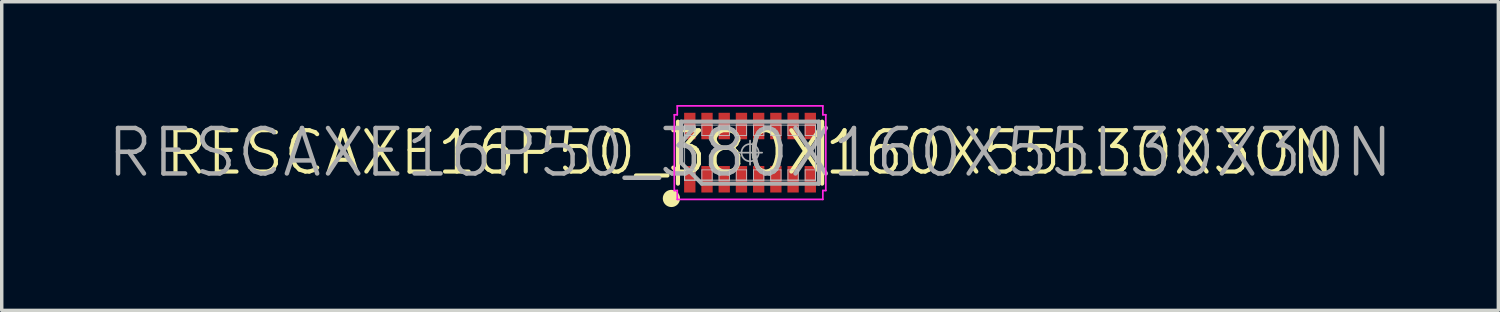
<source format=kicad_pcb>
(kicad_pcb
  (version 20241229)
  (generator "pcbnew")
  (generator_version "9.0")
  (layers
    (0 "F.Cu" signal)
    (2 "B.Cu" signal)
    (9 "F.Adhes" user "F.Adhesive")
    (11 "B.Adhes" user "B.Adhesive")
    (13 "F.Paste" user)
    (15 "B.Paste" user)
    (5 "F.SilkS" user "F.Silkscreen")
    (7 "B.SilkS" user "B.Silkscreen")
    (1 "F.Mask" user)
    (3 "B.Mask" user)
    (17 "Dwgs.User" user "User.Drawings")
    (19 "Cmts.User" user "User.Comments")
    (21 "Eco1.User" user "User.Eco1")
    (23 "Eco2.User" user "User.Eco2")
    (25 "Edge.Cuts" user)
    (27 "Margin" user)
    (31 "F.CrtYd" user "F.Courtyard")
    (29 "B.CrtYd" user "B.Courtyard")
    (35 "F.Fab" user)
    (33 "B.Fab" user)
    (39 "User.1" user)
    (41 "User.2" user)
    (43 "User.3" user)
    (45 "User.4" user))
  (footprint "RESCAXE16P50_380X160X55L30X30N"
    (layer "F.Cu")
    (at 18.732 1.383)
    (property "Reference" "RESCAXE16P50_380X160X55L30X30N" (at 0 0 0) (layer "F.SilkS") (effects (font (size 1.2 1.2) (thickness 0.12))))
    (attr smd)
    (fp_line (start -2.094 0.9) (end -2.094 -0.9) (stroke (width 0.12) (type solid)) (layer "F.SilkS"))
    (fp_line (start 2.094 0.9) (end 2.094 -0.9) (stroke (width 0.12) (type solid)) (layer "F.SilkS"))
    (fp_circle (center -2.284 1.33) (end -2.284 1.455) (stroke (width 0.25) (type solid)) (fill no) (layer "F.SilkS"))
    (fp_line (start -1.9 -0.8) (end -1.6 -0.8) (stroke (width 0.025) (type solid)) (layer "Dwgs.User"))
    (fp_line (start -1.9 -0.8) (end 1.9 -0.8) (stroke (width 0.025) (type solid)) (layer "Dwgs.User"))
    (fp_line (start -1.9 -0.5) (end -1.9 -0.8) (stroke (width 0.025) (type solid)) (layer "Dwgs.User"))
    (fp_line (start -1.9 0.5) (end -1.6 0.5) (stroke (width 0.025) (type solid)) (layer "Dwgs.User"))
    (fp_line (start -1.9 0.8) (end -1.9 -0.8) (stroke (width 0.025) (type solid)) (layer "Dwgs.User"))
    (fp_line (start -1.9 0.8) (end -1.9 0.5) (stroke (width 0.025) (type solid)) (layer "Dwgs.User"))
    (fp_line (start -1.6 -0.8) (end -1.6 -0.5) (stroke (width 0.025) (type solid)) (layer "Dwgs.User"))
    (fp_line (start -1.6 -0.5) (end -1.9 -0.5) (stroke (width 0.025) (type solid)) (layer "Dwgs.User"))
    (fp_line (start -1.6 0.5) (end -1.6 0.8) (stroke (width 0.025) (type solid)) (layer "Dwgs.User"))
    (fp_line (start -1.6 0.8) (end -1.9 0.8) (stroke (width 0.025) (type solid)) (layer "Dwgs.User"))
    (fp_line (start -1.4 -0.8) (end -1.1 -0.8) (stroke (width 0.025) (type solid)) (layer "Dwgs.User"))
    (fp_line (start -1.4 -0.5) (end -1.4 -0.8) (stroke (width 0.025) (type solid)) (layer "Dwgs.User"))
    (fp_line (start -1.4 0.5) (end -1.1 0.5) (stroke (width 0.025) (type solid)) (layer "Dwgs.User"))
    (fp_line (start -1.4 0.8) (end -1.4 0.5) (stroke (width 0.025) (type solid)) (layer "Dwgs.User"))
    (fp_line (start -1.1 -0.8) (end -1.1 -0.5) (stroke (width 0.025) (type solid)) (layer "Dwgs.User"))
    (fp_line (start -1.1 -0.5) (end -1.4 -0.5) (stroke (width 0.025) (type solid)) (layer "Dwgs.User"))
    (fp_line (start -1.1 0.5) (end -1.1 0.8) (stroke (width 0.025) (type solid)) (layer "Dwgs.User"))
    (fp_line (start -1.1 0.8) (end -1.4 0.8) (stroke (width 0.025) (type solid)) (layer "Dwgs.User"))
    (fp_line (start -0.9 -0.8) (end -0.6 -0.8) (stroke (width 0.025) (type solid)) (layer "Dwgs.User"))
    (fp_line (start -0.9 -0.5) (end -0.9 -0.8) (stroke (width 0.025) (type solid)) (layer "Dwgs.User"))
    (fp_line (start -0.9 0.5) (end -0.6 0.5) (stroke (width 0.025) (type solid)) (layer "Dwgs.User"))
    (fp_line (start -0.9 0.8) (end -0.9 0.5) (stroke (width 0.025) (type solid)) (layer "Dwgs.User"))
    (fp_line (start -0.6 -0.8) (end -0.6 -0.5) (stroke (width 0.025) (type solid)) (layer "Dwgs.User"))
    (fp_line (start -0.6 -0.5) (end -0.9 -0.5) (stroke (width 0.025) (type solid)) (layer "Dwgs.User"))
    (fp_line (start -0.6 0.5) (end -0.6 0.8) (stroke (width 0.025) (type solid)) (layer "Dwgs.User"))
    (fp_line (start -0.6 0.8) (end -0.9 0.8) (stroke (width 0.025) (type solid)) (layer "Dwgs.User"))
    (fp_line (start -0.4 -0.8) (end -0.1 -0.8) (stroke (width 0.025) (type solid)) (layer "Dwgs.User"))
    (fp_line (start -0.4 -0.5) (end -0.4 -0.8) (stroke (width 0.025) (type solid)) (layer "Dwgs.User"))
    (fp_line (start -0.4 0.5) (end -0.1 0.5) (stroke (width 0.025) (type solid)) (layer "Dwgs.User"))
    (fp_line (start -0.4 0.8) (end -0.4 0.5) (stroke (width 0.025) (type solid)) (layer "Dwgs.User"))
    (fp_line (start -0.1 -0.8) (end -0.1 -0.5) (stroke (width 0.025) (type solid)) (layer "Dwgs.User"))
    (fp_line (start -0.1 -0.5) (end -0.4 -0.5) (stroke (width 0.025) (type solid)) (layer "Dwgs.User"))
    (fp_line (start -0.1 0.5) (end -0.1 0.8) (stroke (width 0.025) (type solid)) (layer "Dwgs.User"))
    (fp_line (start -0.1 0.8) (end -0.4 0.8) (stroke (width 0.025) (type solid)) (layer "Dwgs.User"))
    (fp_line (start 0.1 -0.8) (end 0.4 -0.8) (stroke (width 0.025) (type solid)) (layer "Dwgs.User"))
    (fp_line (start 0.1 -0.5) (end 0.1 -0.8) (stroke (width 0.025) (type solid)) (layer "Dwgs.User"))
    (fp_line (start 0.1 0.5) (end 0.4 0.5) (stroke (width 0.025) (type solid)) (layer "Dwgs.User"))
    (fp_line (start 0.1 0.8) (end 0.1 0.5) (stroke (width 0.025) (type solid)) (layer "Dwgs.User"))
    (fp_line (start 0.4 -0.8) (end 0.4 -0.5) (stroke (width 0.025) (type solid)) (layer "Dwgs.User"))
    (fp_line (start 0.4 -0.5) (end 0.1 -0.5) (stroke (width 0.025) (type solid)) (layer "Dwgs.User"))
    (fp_line (start 0.4 0.5) (end 0.4 0.8) (stroke (width 0.025) (type solid)) (layer "Dwgs.User"))
    (fp_line (start 0.4 0.8) (end 0.1 0.8) (stroke (width 0.025) (type solid)) (layer "Dwgs.User"))
    (fp_line (start 0.6 -0.8) (end 0.9 -0.8) (stroke (width 0.025) (type solid)) (layer "Dwgs.User"))
    (fp_line (start 0.6 -0.5) (end 0.6 -0.8) (stroke (width 0.025) (type solid)) (layer "Dwgs.User"))
    (fp_line (start 0.6 0.5) (end 0.9 0.5) (stroke (width 0.025) (type solid)) (layer "Dwgs.User"))
    (fp_line (start 0.6 0.8) (end 0.6 0.5) (stroke (width 0.025) (type solid)) (layer "Dwgs.User"))
    (fp_line (start 0.9 -0.8) (end 0.9 -0.5) (stroke (width 0.025) (type solid)) (layer "Dwgs.User"))
    (fp_line (start 0.9 -0.5) (end 0.6 -0.5) (stroke (width 0.025) (type solid)) (layer "Dwgs.User"))
    (fp_line (start 0.9 0.5) (end 0.9 0.8) (stroke (width 0.025) (type solid)) (layer "Dwgs.User"))
    (fp_line (start 0.9 0.8) (end 0.6 0.8) (stroke (width 0.025) (type solid)) (layer "Dwgs.User"))
    (fp_line (start 1.1 -0.8) (end 1.4 -0.8) (stroke (width 0.025) (type solid)) (layer "Dwgs.User"))
    (fp_line (start 1.1 -0.5) (end 1.1 -0.8) (stroke (width 0.025) (type solid)) (layer "Dwgs.User"))
    (fp_line (start 1.1 0.5) (end 1.4 0.5) (stroke (width 0.025) (type solid)) (layer "Dwgs.User"))
    (fp_line (start 1.1 0.8) (end 1.1 0.5) (stroke (width 0.025) (type solid)) (layer "Dwgs.User"))
    (fp_line (start 1.4 -0.8) (end 1.4 -0.5) (stroke (width 0.025) (type solid)) (layer "Dwgs.User"))
    (fp_line (start 1.4 -0.5) (end 1.1 -0.5) (stroke (width 0.025) (type solid)) (layer "Dwgs.User"))
    (fp_line (start 1.4 0.5) (end 1.4 0.8) (stroke (width 0.025) (type solid)) (layer "Dwgs.User"))
    (fp_line (start 1.4 0.8) (end 1.1 0.8) (stroke (width 0.025) (type solid)) (layer "Dwgs.User"))
    (fp_line (start 1.6 -0.8) (end 1.9 -0.8) (stroke (width 0.025) (type solid)) (layer "Dwgs.User"))
    (fp_line (start 1.6 -0.5) (end 1.6 -0.8) (stroke (width 0.025) (type solid)) (layer "Dwgs.User"))
    (fp_line (start 1.6 0.5) (end 1.9 0.5) (stroke (width 0.025) (type solid)) (layer "Dwgs.User"))
    (fp_line (start 1.6 0.8) (end 1.6 0.5) (stroke (width 0.025) (type solid)) (layer "Dwgs.User"))
    (fp_line (start 1.9 -0.8) (end 1.9 -0.5) (stroke (width 0.025) (type solid)) (layer "Dwgs.User"))
    (fp_line (start 1.9 -0.8) (end 1.9 0.8) (stroke (width 0.025) (type solid)) (layer "Dwgs.User"))
    (fp_line (start 1.9 -0.5) (end 1.6 -0.5) (stroke (width 0.025) (type solid)) (layer "Dwgs.User"))
    (fp_line (start 1.9 0.5) (end 1.9 0.8) (stroke (width 0.025) (type solid)) (layer "Dwgs.User"))
    (fp_line (start 1.9 0.8) (end -1.9 0.8) (stroke (width 0.025) (type solid)) (layer "Dwgs.User"))
    (fp_line (start 1.9 0.8) (end 1.6 0.8) (stroke (width 0.025) (type solid)) (layer "Dwgs.User"))
    (fp_line (start -2.2 -1.1) (end -2.2 1.1) (stroke (width 0.05) (type solid)) (layer "F.CrtYd"))
    (fp_line (start -2.2 1.1) (end -2.114 1.1) (stroke (width 0.05) (type solid)) (layer "F.CrtYd"))
    (fp_line (start -2.114 -1.358) (end -2.114 -1.1) (stroke (width 0.05) (type solid)) (layer "F.CrtYd"))
    (fp_line (start -2.114 -1.1) (end -2.2 -1.1) (stroke (width 0.05) (type solid)) (layer "F.CrtYd"))
    (fp_line (start -2.114 1.1) (end -2.114 1.358) (stroke (width 0.05) (type solid)) (layer "F.CrtYd"))
    (fp_line (start -2.114 1.358) (end 2.114 1.358) (stroke (width 0.05) (type solid)) (layer "F.CrtYd"))
    (fp_line (start 2.114 -1.358) (end -2.114 -1.358) (stroke (width 0.05) (type solid)) (layer "F.CrtYd"))
    (fp_line (start 2.114 -1.1) (end 2.114 -1.358) (stroke (width 0.05) (type solid)) (layer "F.CrtYd"))
    (fp_line (start 2.114 1.1) (end 2.2 1.1) (stroke (width 0.05) (type solid)) (layer "F.CrtYd"))
    (fp_line (start 2.114 1.358) (end 2.114 1.1) (stroke (width 0.05) (type solid)) (layer "F.CrtYd"))
    (fp_line (start 2.2 -1.1) (end 2.114 -1.1) (stroke (width 0.05) (type solid)) (layer "F.CrtYd"))
    (fp_line (start 2.2 1.1) (end 2.2 -1.1) (stroke (width 0.05) (type solid)) (layer "F.CrtYd"))
    (fp_line (start -2 -0.9) (end 2 -0.9) (stroke (width 0.12) (type solid)) (layer "F.Fab"))
    (fp_line (start -2 0.3) (end -2 -0.9) (stroke (width 0.12) (type solid)) (layer "F.Fab"))
    (fp_line (start -1.4 0.9) (end -2 0.3) (stroke (width 0.12) (type solid)) (layer "F.Fab"))
    (fp_line (start -0.35 0) (end 0.35 0) (stroke (width 0.05) (type solid)) (layer "F.Fab"))
    (fp_line (start 0 -0.35) (end 0 0.35) (stroke (width 0.05) (type solid)) (layer "F.Fab"))
    (fp_line (start 2 -0.9) (end 2 0.9) (stroke (width 0.12) (type solid)) (layer "F.Fab"))
    (fp_line (start 2 0.9) (end -1.4 0.9) (stroke (width 0.12) (type solid)) (layer "F.Fab"))
    (fp_circle (center 0 0) (end 0.25 0) (stroke (width 0.05) (type solid)) (fill no) (layer "F.Fab"))
    (fp_text user "${REFERENCE}" (at 0 0 0) (layer "F.Fab") (effects (font (size 1.32 1.32) (thickness 0.13))))
    (pad "1" smd rect (at -1.75 0.773 90) (size 0.769 0.329) (layers "F.Cu" "F.Mask" "F.Paste"))
    (pad "2" smd rect (at -1.25 0.773 90) (size 0.769 0.329) (layers "F.Cu" "F.Mask" "F.Paste"))
    (pad "3" smd rect (at -0.75 0.773 90) (size 0.769 0.329) (layers "F.Cu" "F.Mask" "F.Paste"))
    (pad "4" smd rect (at -0.25 0.773 90) (size 0.769 0.329) (layers "F.Cu" "F.Mask" "F.Paste"))
    (pad "5" smd rect (at 0.25 0.773 90) (size 0.769 0.329) (layers "F.Cu" "F.Mask" "F.Paste"))
    (pad "6" smd rect (at 0.75 0.773 90) (size 0.769 0.329) (layers "F.Cu" "F.Mask" "F.Paste"))
    (pad "7" smd rect (at 1.25 0.773 90) (size 0.769 0.329) (layers "F.Cu" "F.Mask" "F.Paste"))
    (pad "8" smd rect (at 1.75 0.773 90) (size 0.769 0.329) (layers "F.Cu" "F.Mask" "F.Paste"))
    (pad "9" smd rect (at 1.75 -0.773 90) (size 0.769 0.329) (layers "F.Cu" "F.Mask" "F.Paste"))
    (pad "10" smd rect (at 1.25 -0.773 90) (size 0.769 0.329) (layers "F.Cu" "F.Mask" "F.Paste"))
    (pad "11" smd rect (at 0.75 -0.773 90) (size 0.769 0.329) (layers "F.Cu" "F.Mask" "F.Paste"))
    (pad "12" smd rect (at 0.25 -0.773 90) (size 0.769 0.329) (layers "F.Cu" "F.Mask" "F.Paste"))
    (pad "13" smd rect (at -0.25 -0.773 90) (size 0.769 0.329) (layers "F.Cu" "F.Mask" "F.Paste"))
    (pad "14" smd rect (at -0.75 -0.773 90) (size 0.769 0.329) (layers "F.Cu" "F.Mask" "F.Paste"))
    (pad "15" smd rect (at -1.25 -0.773 90) (size 0.769 0.329) (layers "F.Cu" "F.Mask" "F.Paste"))
    (pad "16" smd rect (at -1.75 -0.773 90) (size 0.769 0.329) (layers "F.Cu" "F.Mask" "F.Paste")))
  (gr_rect
    (start -3 -3)
    (end 40.463 5.963)
    (stroke (width 0.1) (type default))
    (fill no)
    (layer "Edge.Cuts")))
</source>
